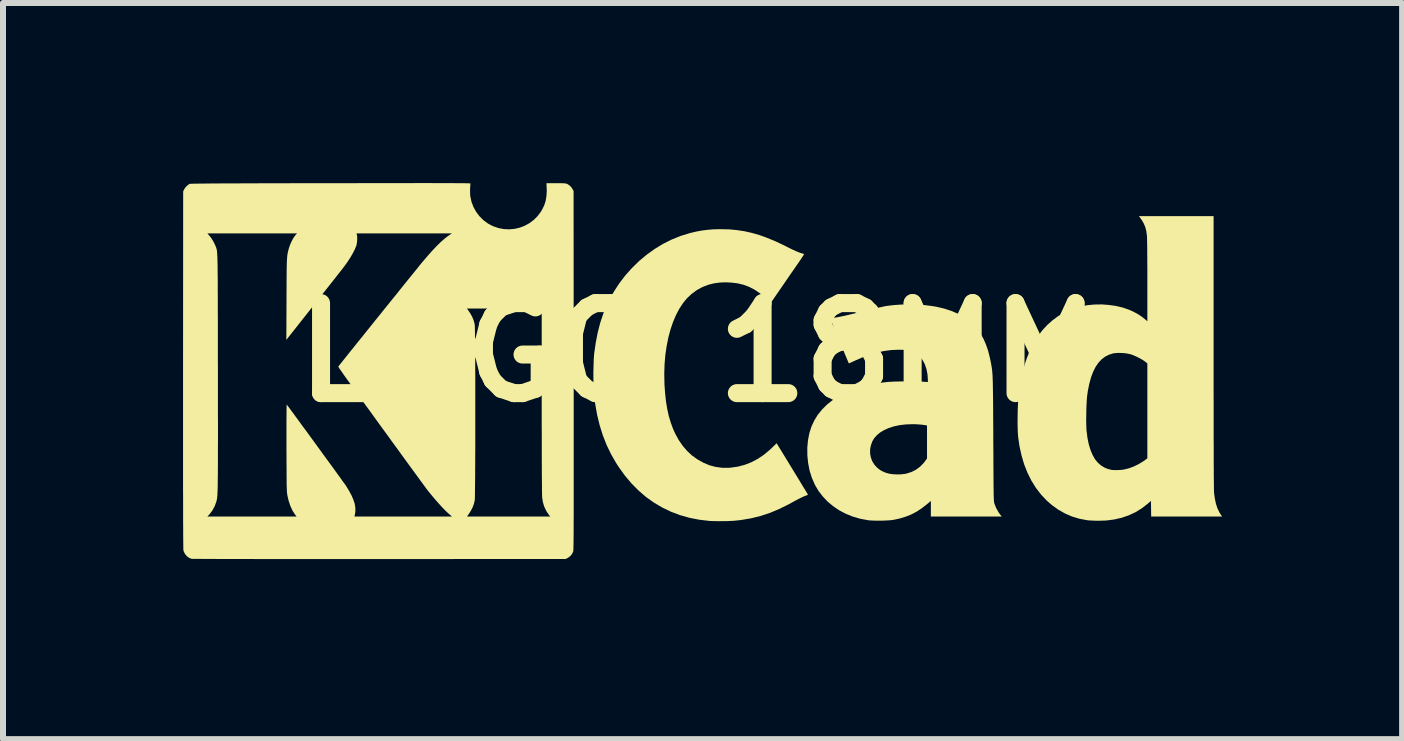
<source format=kicad_pcb>
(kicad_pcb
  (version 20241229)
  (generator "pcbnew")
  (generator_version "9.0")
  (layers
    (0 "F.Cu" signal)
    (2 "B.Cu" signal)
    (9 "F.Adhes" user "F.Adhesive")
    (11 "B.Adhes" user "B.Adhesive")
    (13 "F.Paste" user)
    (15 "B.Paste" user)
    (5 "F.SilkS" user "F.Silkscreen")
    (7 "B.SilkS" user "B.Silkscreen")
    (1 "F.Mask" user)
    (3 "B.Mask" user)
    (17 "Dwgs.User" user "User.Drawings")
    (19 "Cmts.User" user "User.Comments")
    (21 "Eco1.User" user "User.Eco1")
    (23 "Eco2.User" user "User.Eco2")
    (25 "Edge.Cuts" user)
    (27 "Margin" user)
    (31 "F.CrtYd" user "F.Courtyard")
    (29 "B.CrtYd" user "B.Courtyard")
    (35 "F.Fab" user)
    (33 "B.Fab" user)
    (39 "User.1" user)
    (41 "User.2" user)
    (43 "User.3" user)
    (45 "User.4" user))
  (footprint "LOGO 18MM"
    (layer "F.Cu")
    (at 8.585 2.822)
    (property "Reference" "LOGO 18MM" (at 0 0 0) (layer "F.SilkS") (effects (font (size 1.5 1.5) (thickness 0.3))))
    (attr board_only exclude_from_pos_files exclude_from_bom)
    (fp_poly (pts (xy 8.586 -0.004) (xy 8.586 0.24) (xy 8.586 0.472) (xy 8.586 0.69) (xy 8.587 0.894) (xy 8.587 1.086) (xy 8.587 1.264) (xy 8.587 1.429) (xy 8.588 1.58) (xy 8.588 1.717) (xy 8.588 1.841) (xy 8.589 1.951) (xy 8.589 2.048) (xy 8.59 2.131) (xy 8.591 2.2) (xy 8.591 2.255) (xy 8.592 2.296) (xy 8.593 2.323) (xy 8.593 2.336) (xy 8.606 2.433) (xy 8.624 2.518) (xy 8.648 2.593) (xy 8.679 2.659) (xy 8.707 2.706) (xy 8.728 2.735) (xy 8.137 2.735) (xy 7.546 2.735) (xy 7.544 2.605) (xy 7.542 2.474) (xy 7.493 2.517) (xy 7.393 2.595) (xy 7.287 2.661) (xy 7.174 2.714) (xy 7.054 2.755) (xy 6.927 2.784) (xy 6.793 2.801) (xy 6.661 2.805) (xy 6.615 2.804) (xy 6.568 2.802) (xy 6.525 2.8) (xy 6.489 2.797) (xy 6.476 2.795) (xy 6.349 2.771) (xy 6.226 2.734) (xy 6.109 2.683) (xy 5.998 2.62) (xy 5.892 2.544) (xy 5.806 2.469) (xy 5.71 2.367) (xy 5.625 2.257) (xy 5.55 2.136) (xy 5.485 2.006) (xy 5.43 1.867) (xy 5.386 1.718) (xy 5.351 1.559) (xy 5.329 1.406) (xy 5.326 1.365) (xy 5.323 1.313) (xy 5.321 1.251) (xy 5.32 1.183) (xy 5.32 1.138) (xy 6.463 1.138) (xy 6.464 1.199) (xy 6.466 1.252) (xy 6.468 1.294) (xy 6.469 1.303) (xy 6.484 1.423) (xy 6.506 1.531) (xy 6.535 1.626) (xy 6.57 1.71) (xy 6.611 1.781) (xy 6.66 1.84) (xy 6.715 1.887) (xy 6.776 1.923) (xy 6.821 1.94) (xy 6.847 1.948) (xy 6.871 1.954) (xy 6.884 1.957) (xy 6.914 1.96) (xy 6.953 1.961) (xy 6.996 1.96) (xy 7.039 1.958) (xy 7.077 1.953) (xy 7.089 1.952) (xy 7.171 1.932) (xy 7.255 1.901) (xy 7.338 1.861) (xy 7.416 1.813) (xy 7.435 1.8) (xy 7.482 1.765) (xy 7.482 0.974) (xy 7.482 0.183) (xy 7.442 0.151) (xy 7.407 0.127) (xy 7.364 0.102) (xy 7.315 0.077) (xy 7.265 0.054) (xy 7.219 0.036) (xy 7.19 0.028) (xy 7.142 0.018) (xy 7.087 0.011) (xy 7.029 0.009) (xy 6.975 0.009) (xy 6.928 0.014) (xy 6.914 0.016) (xy 6.843 0.038) (xy 6.778 0.071) (xy 6.719 0.116) (xy 6.666 0.173) (xy 6.62 0.241) (xy 6.579 0.322) (xy 6.544 0.415) (xy 6.515 0.521) (xy 6.491 0.639) (xy 6.48 0.717) (xy 6.475 0.758) (xy 6.472 0.809) (xy 6.469 0.869) (xy 6.466 0.934) (xy 6.465 1.003) (xy 6.464 1.071) (xy 6.463 1.138) (xy 5.32 1.138) (xy 5.32 1.111) (xy 5.321 1.038) (xy 5.322 0.965) (xy 5.325 0.896) (xy 5.328 0.833) (xy 5.331 0.778) (xy 5.333 0.759) (xy 5.355 0.584) (xy 5.383 0.42) (xy 5.419 0.267) (xy 5.463 0.125) (xy 5.514 -0.007) (xy 5.573 -0.129) (xy 5.641 -0.243) (xy 5.716 -0.348) (xy 5.742 -0.379) (xy 5.816 -0.459) (xy 5.901 -0.534) (xy 5.992 -0.602) (xy 6.089 -0.66) (xy 6.187 -0.709) (xy 6.255 -0.735) (xy 6.365 -0.766) (xy 6.481 -0.787) (xy 6.6 -0.798) (xy 6.722 -0.8) (xy 6.842 -0.791) (xy 6.96 -0.774) (xy 7.074 -0.747) (xy 7.18 -0.71) (xy 7.251 -0.678) (xy 7.323 -0.639) (xy 7.386 -0.598) (xy 7.442 -0.554) (xy 7.482 -0.519) (xy 7.482 -1.193) (xy 7.482 -1.297) (xy 7.482 -1.397) (xy 7.481 -1.492) (xy 7.481 -1.581) (xy 7.48 -1.662) (xy 7.48 -1.736) (xy 7.479 -1.8) (xy 7.478 -1.854) (xy 7.477 -1.897) (xy 7.476 -1.928) (xy 7.475 -1.945) (xy 7.465 -2.021) (xy 7.448 -2.087) (xy 7.423 -2.147) (xy 7.389 -2.206) (xy 7.369 -2.234) (xy 7.341 -2.271) (xy 7.964 -2.271) (xy 8.586 -2.271)) (stroke (width 0) (type solid)) (fill yes) (layer "F.SilkS"))
    (fp_poly (pts (xy 0.519 -2.05) (xy 0.645 -2.038) (xy 0.77 -2.019) (xy 0.894 -1.991) (xy 1.02 -1.955) (xy 1.149 -1.908) (xy 1.284 -1.852) (xy 1.424 -1.786) (xy 1.466 -1.765) (xy 1.529 -1.733) (xy 1.582 -1.708) (xy 1.628 -1.687) (xy 1.668 -1.67) (xy 1.705 -1.657) (xy 1.741 -1.646) (xy 1.757 -1.641) (xy 1.759 -1.641) (xy 1.761 -1.641) (xy 1.763 -1.641) (xy 1.763 -1.639) (xy 1.762 -1.635) (xy 1.758 -1.629) (xy 1.752 -1.619) (xy 1.743 -1.604) (xy 1.73 -1.585) (xy 1.713 -1.559) (xy 1.691 -1.527) (xy 1.664 -1.487) (xy 1.631 -1.44) (xy 1.592 -1.383) (xy 1.546 -1.317) (xy 1.493 -1.24) (xy 1.47 -1.206) (xy 1.2 -0.814) (xy 1.186 -0.831) (xy 1.113 -0.911) (xy 1.031 -0.982) (xy 0.942 -1.043) (xy 0.848 -1.092) (xy 0.751 -1.128) (xy 0.746 -1.129) (xy 0.654 -1.151) (xy 0.557 -1.163) (xy 0.457 -1.168) (xy 0.357 -1.164) (xy 0.262 -1.151) (xy 0.175 -1.13) (xy 0.169 -1.128) (xy 0.068 -1.089) (xy -0.025 -1.038) (xy -0.111 -0.975) (xy -0.19 -0.901) (xy -0.251 -0.826) (xy -0.314 -0.732) (xy -0.37 -0.626) (xy -0.42 -0.509) (xy -0.463 -0.383) (xy -0.499 -0.248) (xy -0.527 -0.107) (xy -0.549 0.041) (xy -0.562 0.195) (xy -0.567 0.352) (xy -0.564 0.512) (xy -0.564 0.531) (xy -0.553 0.68) (xy -0.538 0.818) (xy -0.517 0.945) (xy -0.491 1.063) (xy -0.458 1.172) (xy -0.42 1.275) (xy -0.384 1.354) (xy -0.325 1.462) (xy -0.259 1.557) (xy -0.187 1.641) (xy -0.108 1.715) (xy -0.019 1.779) (xy 0.079 1.835) (xy 0.088 1.839) (xy 0.188 1.881) (xy 0.291 1.908) (xy 0.396 1.922) (xy 0.505 1.923) (xy 0.539 1.92) (xy 0.659 1.903) (xy 0.773 1.873) (xy 0.882 1.831) (xy 0.987 1.776) (xy 1.089 1.708) (xy 1.188 1.626) (xy 1.238 1.579) (xy 1.305 1.513) (xy 1.565 1.938) (xy 1.608 2.009) (xy 1.649 2.076) (xy 1.687 2.138) (xy 1.721 2.195) (xy 1.752 2.246) (xy 1.779 2.289) (xy 1.8 2.324) (xy 1.815 2.35) (xy 1.824 2.365) (xy 1.827 2.369) (xy 1.822 2.374) (xy 1.807 2.381) (xy 1.799 2.384) (xy 1.773 2.393) (xy 1.735 2.41) (xy 1.686 2.434) (xy 1.626 2.465) (xy 1.556 2.503) (xy 1.514 2.526) (xy 1.356 2.605) (xy 1.198 2.672) (xy 1.038 2.725) (xy 0.875 2.765) (xy 0.707 2.793) (xy 0.596 2.805) (xy 0.56 2.807) (xy 0.515 2.809) (xy 0.463 2.811) (xy 0.406 2.811) (xy 0.349 2.812) (xy 0.295 2.811) (xy 0.247 2.81) (xy 0.207 2.809) (xy 0.19 2.808) (xy 0.019 2.788) (xy -0.146 2.756) (xy -0.305 2.711) (xy -0.456 2.654) (xy -0.601 2.584) (xy -0.74 2.502) (xy -0.871 2.409) (xy -0.995 2.302) (xy -1.112 2.184) (xy -1.222 2.054) (xy -1.325 1.911) (xy -1.369 1.843) (xy -1.453 1.697) (xy -1.527 1.544) (xy -1.59 1.384) (xy -1.643 1.215) (xy -1.686 1.039) (xy -1.719 0.852) (xy -1.735 0.735) (xy -1.739 0.686) (xy -1.743 0.625) (xy -1.745 0.555) (xy -1.747 0.48) (xy -1.748 0.401) (xy -1.748 0.321) (xy -1.746 0.243) (xy -1.744 0.17) (xy -1.741 0.104) (xy -1.737 0.048) (xy -1.735 0.022) (xy -1.709 -0.16) (xy -1.676 -0.331) (xy -1.634 -0.493) (xy -1.583 -0.646) (xy -1.557 -0.713) (xy -1.487 -0.866) (xy -1.407 -1.012) (xy -1.316 -1.152) (xy -1.215 -1.284) (xy -1.104 -1.408) (xy -0.986 -1.523) (xy -0.86 -1.628) (xy -0.728 -1.723) (xy -0.589 -1.808) (xy -0.445 -1.88) (xy -0.297 -1.94) (xy -0.144 -1.987) (xy -0.121 -1.993) (xy -0.027 -2.015) (xy 0.061 -2.031) (xy 0.147 -2.042) (xy 0.237 -2.05) (xy 0.334 -2.053) (xy 0.389 -2.053)) (stroke (width 0) (type solid)) (fill yes) (layer "F.SilkS"))
    (fp_poly (pts (xy 3.656 -0.797) (xy 3.785 -0.787) (xy 3.907 -0.771) (xy 3.976 -0.759) (xy 4.102 -0.729) (xy 4.218 -0.691) (xy 4.323 -0.646) (xy 4.418 -0.592) (xy 4.505 -0.53) (xy 4.582 -0.461) (xy 4.647 -0.389) (xy 4.703 -0.312) (xy 4.752 -0.226) (xy 4.793 -0.132) (xy 4.829 -0.028) (xy 4.858 0.088) (xy 4.866 0.126) (xy 4.872 0.154) (xy 4.877 0.181) (xy 4.882 0.207) (xy 4.886 0.231) (xy 4.89 0.256) (xy 4.894 0.282) (xy 4.897 0.31) (xy 4.899 0.34) (xy 4.902 0.373) (xy 4.904 0.411) (xy 4.905 0.453) (xy 4.907 0.501) (xy 4.908 0.555) (xy 4.909 0.616) (xy 4.91 0.686) (xy 4.911 0.763) (xy 4.912 0.851) (xy 4.913 0.948) (xy 4.913 1.057) (xy 4.914 1.177) (xy 4.915 1.31) (xy 4.915 1.452) (xy 4.916 1.593) (xy 4.917 1.72) (xy 4.917 1.834) (xy 4.918 1.937) (xy 4.918 2.028) (xy 4.919 2.108) (xy 4.919 2.179) (xy 4.92 2.241) (xy 4.921 2.294) (xy 4.921 2.339) (xy 4.922 2.378) (xy 4.923 2.409) (xy 4.924 2.436) (xy 4.925 2.457) (xy 4.926 2.474) (xy 4.927 2.487) (xy 4.929 2.498) (xy 4.93 2.506) (xy 4.932 2.513) (xy 4.932 2.514) (xy 4.962 2.591) (xy 5.002 2.663) (xy 5.021 2.69) (xy 5.056 2.735) (xy 4.465 2.735) (xy 3.875 2.735) (xy 3.875 2.605) (xy 3.875 2.475) (xy 3.809 2.53) (xy 3.723 2.597) (xy 3.638 2.653) (xy 3.549 2.7) (xy 3.455 2.737) (xy 3.353 2.768) (xy 3.255 2.789) (xy 3.22 2.794) (xy 3.174 2.798) (xy 3.12 2.801) (xy 3.062 2.803) (xy 3.003 2.803) (xy 2.945 2.803) (xy 2.892 2.801) (xy 2.847 2.798) (xy 2.825 2.795) (xy 2.696 2.771) (xy 2.573 2.735) (xy 2.457 2.688) (xy 2.348 2.631) (xy 2.248 2.563) (xy 2.156 2.487) (xy 2.075 2.401) (xy 2.003 2.308) (xy 1.943 2.206) (xy 1.939 2.197) (xy 1.891 2.086) (xy 1.854 1.968) (xy 1.83 1.844) (xy 1.817 1.716) (xy 1.817 1.684) (xy 2.863 1.684) (xy 2.875 1.75) (xy 2.898 1.813) (xy 2.933 1.869) (xy 2.971 1.912) (xy 3.011 1.946) (xy 3.05 1.972) (xy 3.094 1.993) (xy 3.133 2.008) (xy 3.187 2.022) (xy 3.25 2.03) (xy 3.318 2.033) (xy 3.385 2.031) (xy 3.448 2.023) (xy 3.468 2.019) (xy 3.55 1.993) (xy 3.626 1.955) (xy 3.694 1.905) (xy 3.754 1.844) (xy 3.78 1.81) (xy 3.811 1.767) (xy 3.811 1.492) (xy 3.811 1.218) (xy 3.792 1.214) (xy 3.757 1.208) (xy 3.711 1.203) (xy 3.66 1.199) (xy 3.607 1.196) (xy 3.558 1.196) (xy 3.453 1.2) (xy 3.353 1.212) (xy 3.26 1.232) (xy 3.175 1.259) (xy 3.098 1.293) (xy 3.031 1.333) (xy 2.975 1.379) (xy 2.93 1.431) (xy 2.901 1.479) (xy 2.876 1.547) (xy 2.863 1.615) (xy 2.863 1.684) (xy 1.817 1.684) (xy 1.816 1.586) (xy 1.828 1.462) (xy 1.85 1.346) (xy 1.885 1.237) (xy 1.932 1.135) (xy 1.991 1.039) (xy 2.063 0.95) (xy 2.147 0.867) (xy 2.244 0.79) (xy 2.286 0.76) (xy 2.379 0.703) (xy 2.476 0.654) (xy 2.579 0.611) (xy 2.689 0.575) (xy 2.808 0.545) (xy 2.936 0.52) (xy 3.076 0.501) (xy 3.171 0.491) (xy 3.212 0.489) (xy 3.263 0.486) (xy 3.323 0.485) (xy 3.389 0.483) (xy 3.457 0.483) (xy 3.526 0.482) (xy 3.592 0.483) (xy 3.652 0.484) (xy 3.705 0.485) (xy 3.743 0.488) (xy 3.825 0.493) (xy 3.825 0.452) (xy 3.819 0.365) (xy 3.802 0.279) (xy 3.775 0.199) (xy 3.761 0.17) (xy 3.725 0.109) (xy 3.679 0.058) (xy 3.623 0.017) (xy 3.558 -0.014) (xy 3.511 -0.029) (xy 3.487 -0.035) (xy 3.463 -0.04) (xy 3.436 -0.042) (xy 3.403 -0.044) (xy 3.36 -0.044) (xy 3.34 -0.045) (xy 3.219 -0.04) (xy 3.099 -0.024) (xy 2.977 0.002) (xy 2.852 0.039) (xy 2.723 0.088) (xy 2.6 0.142) (xy 2.568 0.157) (xy 2.54 0.17) (xy 2.52 0.178) (xy 2.509 0.182) (xy 2.508 0.182) (xy 2.505 0.175) (xy 2.497 0.157) (xy 2.485 0.128) (xy 2.469 0.09) (xy 2.45 0.046) (xy 2.429 -0.005) (xy 2.406 -0.061) (xy 2.382 -0.119) (xy 2.357 -0.179) (xy 2.332 -0.24) (xy 2.308 -0.299) (xy 2.284 -0.356) (xy 2.262 -0.408) (xy 2.243 -0.456) (xy 2.226 -0.497) (xy 2.213 -0.529) (xy 2.204 -0.552) (xy 2.199 -0.564) (xy 2.199 -0.565) (xy 2.205 -0.57) (xy 2.223 -0.574) (xy 2.25 -0.578) (xy 2.251 -0.578) (xy 2.28 -0.581) (xy 2.315 -0.586) (xy 2.355 -0.594) (xy 2.401 -0.603) (xy 2.456 -0.615) (xy 2.52 -0.63) (xy 2.595 -0.648) (xy 2.681 -0.669) (xy 2.766 -0.69) (xy 2.831 -0.706) (xy 2.895 -0.721) (xy 2.956 -0.736) (xy 3.013 -0.748) (xy 3.062 -0.759) (xy 3.102 -0.768) (xy 3.132 -0.773) (xy 3.136 -0.774) (xy 3.26 -0.789) (xy 3.39 -0.798) (xy 3.524 -0.8)) (stroke (width 0) (type solid)) (fill yes) (layer "F.SilkS"))
    (fp_poly (pts (xy -4.518 -2.822) (xy -4.419 -2.821) (xy -4.328 -2.821) (xy -4.246 -2.821) (xy -4.173 -2.821) (xy -4.108 -2.821) (xy -4.051 -2.82) (xy -4 -2.82) (xy -3.957 -2.82) (xy -3.919 -2.819) (xy -3.888 -2.819) (xy -3.862 -2.818) (xy -3.841 -2.818) (xy -3.824 -2.817) (xy -3.812 -2.816) (xy -3.803 -2.815) (xy -3.797 -2.815) (xy -3.795 -2.814) (xy -3.794 -2.813) (xy -3.798 -2.796) (xy -3.8 -2.769) (xy -3.802 -2.735) (xy -3.803 -2.697) (xy -3.802 -2.659) (xy -3.801 -2.624) (xy -3.798 -2.596) (xy -3.778 -2.506) (xy -3.745 -2.421) (xy -3.701 -2.341) (xy -3.646 -2.269) (xy -3.582 -2.205) (xy -3.509 -2.15) (xy -3.429 -2.107) (xy -3.419 -2.103) (xy -3.33 -2.072) (xy -3.24 -2.055) (xy -3.149 -2.051) (xy -3.06 -2.059) (xy -2.974 -2.079) (xy -2.891 -2.111) (xy -2.813 -2.154) (xy -2.741 -2.208) (xy -2.677 -2.272) (xy -2.622 -2.346) (xy -2.599 -2.385) (xy -2.566 -2.454) (xy -2.543 -2.526) (xy -2.53 -2.603) (xy -2.525 -2.686) (xy -2.526 -2.729) (xy -2.53 -2.82) (xy -2.371 -2.82) (xy -2.318 -2.82) (xy -2.277 -2.819) (xy -2.247 -2.818) (xy -2.224 -2.817) (xy -2.207 -2.814) (xy -2.194 -2.811) (xy -2.183 -2.807) (xy -2.183 -2.807) (xy -2.146 -2.783) (xy -2.113 -2.749) (xy -2.094 -2.719) (xy -2.078 -2.69) (xy -2.076 0.299) (xy -2.076 0.545) (xy -2.076 0.777) (xy -2.076 0.996) (xy -2.076 1.202) (xy -2.076 1.396) (xy -2.076 1.578) (xy -2.076 1.748) (xy -2.076 1.906) (xy -2.076 2.054) (xy -2.076 2.191) (xy -2.076 2.318) (xy -2.076 2.435) (xy -2.076 2.542) (xy -2.076 2.641) (xy -2.076 2.731) (xy -2.077 2.813) (xy -2.077 2.887) (xy -2.077 2.953) (xy -2.077 3.013) (xy -2.078 3.065) (xy -2.078 3.112) (xy -2.079 3.153) (xy -2.079 3.188) (xy -2.08 3.218) (xy -2.08 3.243) (xy -2.081 3.264) (xy -2.081 3.281) (xy -2.082 3.294) (xy -2.083 3.305) (xy -2.084 3.312) (xy -2.085 3.317) (xy -2.085 3.32) (xy -2.105 3.36) (xy -2.136 3.396) (xy -2.173 3.423) (xy -2.178 3.426) (xy -2.212 3.442) (xy -5.316 3.443) (xy -5.525 3.443) (xy -5.73 3.443) (xy -5.931 3.443) (xy -6.127 3.443) (xy -6.319 3.443) (xy -6.505 3.443) (xy -6.686 3.443) (xy -6.861 3.443) (xy -7.029 3.443) (xy -7.189 3.443) (xy -7.343 3.443) (xy -7.488 3.442) (xy -7.625 3.442) (xy -7.752 3.442) (xy -7.871 3.442) (xy -7.98 3.442) (xy -8.078 3.441) (xy -8.166 3.441) (xy -8.242 3.441) (xy -8.307 3.44) (xy -8.36 3.44) (xy -8.4 3.44) (xy -8.428 3.44) (xy -8.442 3.439) (xy -8.443 3.439) (xy -8.486 3.422) (xy -8.524 3.393) (xy -8.554 3.356) (xy -8.575 3.312) (xy -8.579 3.296) (xy -8.58 3.287) (xy -8.58 3.268) (xy -8.581 3.238) (xy -8.581 3.197) (xy -8.582 3.144) (xy -8.582 3.081) (xy -8.583 3.006) (xy -8.583 2.92) (xy -8.584 2.822) (xy -8.584 2.735) (xy -8.18 2.735) (xy -7.437 2.735) (xy -6.693 2.735) (xy -6.719 2.702) (xy -6.762 2.635) (xy -6.798 2.555) (xy -6.828 2.464) (xy -6.844 2.394) (xy -6.846 2.382) (xy -6.849 2.369) (xy -6.851 2.357) (xy -6.852 2.342) (xy -6.854 2.326) (xy -6.855 2.306) (xy -6.856 2.282) (xy -6.857 2.253) (xy -6.858 2.219) (xy -6.859 2.177) (xy -6.859 2.129) (xy -6.86 2.071) (xy -6.86 2.004) (xy -6.86 1.927) (xy -6.861 1.839) (xy -6.861 1.739) (xy -6.862 1.626) (xy -6.862 1.589) (xy -6.862 1.48) (xy -6.862 1.378) (xy -6.862 1.282) (xy -6.862 1.195) (xy -6.862 1.117) (xy -6.861 1.047) (xy -6.861 0.989) (xy -6.86 0.941) (xy -6.86 0.904) (xy -6.859 0.88) (xy -6.858 0.869) (xy -6.858 0.869) (xy -6.851 0.877) (xy -6.837 0.896) (xy -6.815 0.925) (xy -6.788 0.962) (xy -6.754 1.007) (xy -6.716 1.06) (xy -6.673 1.118) (xy -6.627 1.182) (xy -6.577 1.25) (xy -6.524 1.321) (xy -6.47 1.396) (xy -6.415 1.471) (xy -6.359 1.548) (xy -6.303 1.625) (xy -6.248 1.701) (xy -6.194 1.775) (xy -6.142 1.846) (xy -6.092 1.914) (xy -6.046 1.978) (xy -6.004 2.036) (xy -5.966 2.088) (xy -5.934 2.134) (xy -5.907 2.171) (xy -5.886 2.199) (xy -5.873 2.218) (xy -5.868 2.225) (xy -5.817 2.31) (xy -5.776 2.386) (xy -5.746 2.457) (xy -5.725 2.521) (xy -5.715 2.582) (xy -5.713 2.639) (xy -5.719 2.685) (xy -5.729 2.735) (xy -4.916 2.735) (xy -4.103 2.735) (xy -4.138 2.706) (xy -4.175 2.673) (xy -4.219 2.631) (xy -4.268 2.58) (xy -4.32 2.523) (xy -4.375 2.461) (xy -4.43 2.396) (xy -4.484 2.33) (xy -4.52 2.285) (xy -4.527 2.275) (xy -4.543 2.254) (xy -4.566 2.222) (xy -4.596 2.181) (xy -4.633 2.131) (xy -4.675 2.073) (xy -4.723 2.007) (xy -4.777 1.934) (xy -4.835 1.854) (xy -4.897 1.769) (xy -4.963 1.678) (xy -5.032 1.583) (xy -5.105 1.483) (xy -5.179 1.38) (xy -5.256 1.275) (xy -5.28 1.242) (xy -5.373 1.114) (xy -5.46 0.993) (xy -5.542 0.881) (xy -5.617 0.776) (xy -5.687 0.68) (xy -5.75 0.592) (xy -5.806 0.513) (xy -5.856 0.444) (xy -5.899 0.384) (xy -5.934 0.333) (xy -5.962 0.293) (xy -5.983 0.263) (xy -5.995 0.244) (xy -5.999 0.236) (xy -5.999 0.236) (xy -5.99 0.225) (xy -5.973 0.203) (xy -5.948 0.172) (xy -5.916 0.132) (xy -5.878 0.084) (xy -5.834 0.029) (xy -5.785 -0.032) (xy -5.731 -0.099) (xy -5.673 -0.172) (xy -5.611 -0.248) (xy -5.547 -0.328) (xy -5.481 -0.41) (xy -5.413 -0.495) (xy -5.344 -0.581) (xy -5.274 -0.667) (xy -5.223 -0.731) (xy -3.855 -0.731) (xy -3.844 -0.716) (xy -3.801 -0.653) (xy -3.768 -0.595) (xy -3.745 -0.539) (xy -3.729 -0.483) (xy -3.726 -0.464) (xy -3.724 -0.45) (xy -3.723 -0.423) (xy -3.722 -0.384) (xy -3.721 -0.333) (xy -3.721 -0.271) (xy -3.72 -0.2) (xy -3.719 -0.119) (xy -3.718 -0.03) (xy -3.718 0.066) (xy -3.717 0.169) (xy -3.717 0.278) (xy -3.716 0.391) (xy -3.716 0.509) (xy -3.716 0.63) (xy -3.716 0.754) (xy -3.716 0.879) (xy -3.716 1.005) (xy -3.716 1.131) (xy -3.716 1.256) (xy -3.716 1.38) (xy -3.716 1.501) (xy -3.716 1.618) (xy -3.717 1.732) (xy -3.717 1.84) (xy -3.718 1.943) (xy -3.718 2.039) (xy -3.719 2.127) (xy -3.72 2.208) (xy -3.721 2.279) (xy -3.721 2.34) (xy -3.722 2.39) (xy -3.723 2.429) (xy -3.724 2.455) (xy -3.726 2.468) (xy -3.739 2.525) (xy -3.76 2.581) (xy -3.789 2.637) (xy -3.828 2.698) (xy -3.844 2.72) (xy -3.855 2.735) (xy -3.161 2.735) (xy -2.466 2.735) (xy -2.485 2.713) (xy -2.531 2.645) (xy -2.566 2.572) (xy -2.59 2.493) (xy -2.602 2.41) (xy -2.603 2.393) (xy -2.603 2.363) (xy -2.604 2.32) (xy -2.605 2.263) (xy -2.605 2.193) (xy -2.606 2.112) (xy -2.607 2.018) (xy -2.607 1.912) (xy -2.608 1.795) (xy -2.608 1.667) (xy -2.608 1.529) (xy -2.608 1.38) (xy -2.609 1.221) (xy -2.609 1.053) (xy -2.609 0.875) (xy -2.609 0.8) (xy -2.609 -0.731) (xy -3.232 -0.731) (xy -3.855 -0.731) (xy -5.223 -0.731) (xy -5.205 -0.753) (xy -5.137 -0.838) (xy -5.069 -0.921) (xy -5.004 -1.002) (xy -4.942 -1.08) (xy -4.883 -1.153) (xy -4.827 -1.222) (xy -4.776 -1.285) (xy -4.73 -1.342) (xy -4.689 -1.392) (xy -4.655 -1.435) (xy -4.628 -1.469) (xy -4.608 -1.493) (xy -4.596 -1.508) (xy -4.595 -1.508) (xy -4.508 -1.61) (xy -4.428 -1.7) (xy -4.354 -1.778) (xy -4.285 -1.845) (xy -4.222 -1.9) (xy -4.164 -1.944) (xy -4.128 -1.968) (xy -4.103 -1.983) (xy -4.899 -1.983) (xy -5.695 -1.983) (xy -5.688 -1.957) (xy -5.684 -1.931) (xy -5.683 -1.896) (xy -5.685 -1.857) (xy -5.689 -1.819) (xy -5.696 -1.786) (xy -5.699 -1.776) (xy -5.722 -1.72) (xy -5.754 -1.656) (xy -5.794 -1.587) (xy -5.841 -1.514) (xy -5.894 -1.44) (xy -5.913 -1.415) (xy -5.923 -1.401) (xy -5.942 -1.377) (xy -5.969 -1.343) (xy -6.002 -1.301) (xy -6.041 -1.251) (xy -6.086 -1.194) (xy -6.135 -1.132) (xy -6.189 -1.064) (xy -6.246 -0.992) (xy -6.306 -0.916) (xy -6.368 -0.837) (xy -6.412 -0.781) (xy -6.864 -0.209) (xy -6.861 -0.887) (xy -6.861 -1.002) (xy -6.86 -1.105) (xy -6.86 -1.195) (xy -6.859 -1.274) (xy -6.859 -1.343) (xy -6.858 -1.402) (xy -6.857 -1.453) (xy -6.856 -1.497) (xy -6.854 -1.534) (xy -6.852 -1.566) (xy -6.85 -1.593) (xy -6.848 -1.617) (xy -6.844 -1.638) (xy -6.841 -1.658) (xy -6.837 -1.677) (xy -6.832 -1.696) (xy -6.826 -1.716) (xy -6.822 -1.734) (xy -6.807 -1.78) (xy -6.787 -1.828) (xy -6.764 -1.875) (xy -6.74 -1.916) (xy -6.717 -1.948) (xy -6.716 -1.95) (xy -6.686 -1.983) (xy -7.433 -1.983) (xy -8.179 -1.983) (xy -8.149 -1.948) (xy -8.115 -1.905) (xy -8.083 -1.854) (xy -8.057 -1.803) (xy -8.045 -1.776) (xy -8.041 -1.766) (xy -8.038 -1.757) (xy -8.034 -1.749) (xy -8.031 -1.741) (xy -8.029 -1.732) (xy -8.026 -1.722) (xy -8.024 -1.711) (xy -8.021 -1.697) (xy -8.019 -1.681) (xy -8.018 -1.663) (xy -8.016 -1.64) (xy -8.015 -1.614) (xy -8.013 -1.583) (xy -8.012 -1.547) (xy -8.011 -1.505) (xy -8.01 -1.458) (xy -8.009 -1.403) (xy -8.009 -1.342) (xy -8.008 -1.273) (xy -8.007 -1.196) (xy -8.007 -1.111) (xy -8.007 -1.016) (xy -8.006 -0.912) (xy -8.006 -0.798) (xy -8.006 -0.673) (xy -8.005 -0.537) (xy -8.005 -0.39) (xy -8.005 -0.23) (xy -8.005 -0.058) (xy -8.005 0.127) (xy -8.004 0.302) (xy -8.004 0.505) (xy -8.004 0.695) (xy -8.004 0.871) (xy -8.004 1.035) (xy -8.003 1.187) (xy -8.003 1.327) (xy -8.003 1.456) (xy -8.004 1.575) (xy -8.004 1.683) (xy -8.004 1.782) (xy -8.004 1.871) (xy -8.005 1.952) (xy -8.005 2.025) (xy -8.006 2.09) (xy -8.007 2.148) (xy -8.007 2.2) (xy -8.008 2.245) (xy -8.009 2.285) (xy -8.011 2.319) (xy -8.012 2.349) (xy -8.013 2.374) (xy -8.015 2.396) (xy -8.017 2.415) (xy -8.018 2.431) (xy -8.021 2.445) (xy -8.023 2.457) (xy -8.025 2.468) (xy -8.028 2.478) (xy -8.028 2.479) (xy -8.056 2.558) (xy -8.096 2.633) (xy -8.147 2.7) (xy -8.153 2.706) (xy -8.18 2.735) (xy -8.584 2.735) (xy -8.584 2.711) (xy -8.584 2.589) (xy -8.584 2.455) (xy -8.585 2.308) (xy -8.585 2.149) (xy -8.585 1.977) (xy -8.585 1.792) (xy -8.585 1.594) (xy -8.585 1.382) (xy -8.585 1.158) (xy -8.585 0.92) (xy -8.585 0.668) (xy -8.585 0.402) (xy -8.585 0.288) (xy -8.583 -2.683) (xy -8.568 -2.714) (xy -8.551 -2.742) (xy -8.525 -2.771) (xy -8.497 -2.795) (xy -8.475 -2.808) (xy -8.47 -2.809) (xy -8.459 -2.809) (xy -8.442 -2.81) (xy -8.417 -2.811) (xy -8.385 -2.812) (xy -8.346 -2.812) (xy -8.298 -2.813) (xy -8.243 -2.813) (xy -8.178 -2.814) (xy -8.105 -2.815) (xy -8.022 -2.815) (xy -7.929 -2.816) (xy -7.827 -2.816) (xy -7.713 -2.816) (xy -7.59 -2.817) (xy -7.454 -2.817) (xy -7.308 -2.818) (xy -7.149 -2.818) (xy -6.979 -2.818) (xy -6.795 -2.819) (xy -6.599 -2.819) (xy -6.39 -2.819) (xy -6.166 -2.82) (xy -6.123 -2.82) (xy -5.906 -2.82) (xy -5.703 -2.82) (xy -5.514 -2.821) (xy -5.337 -2.821) (xy -5.172 -2.821) (xy -5.019 -2.821) (xy -4.878 -2.821) (xy -4.747 -2.821) (xy -4.628 -2.822)) (stroke (width 0) (type solid)) (fill yes) (layer "F.SilkS")))
  (gr_rect
    (start -3 -3)
    (end 20.312 9.265)
    (stroke (width 0.1) (type default))
    (fill no)
    (layer "Edge.Cuts")))
</source>
